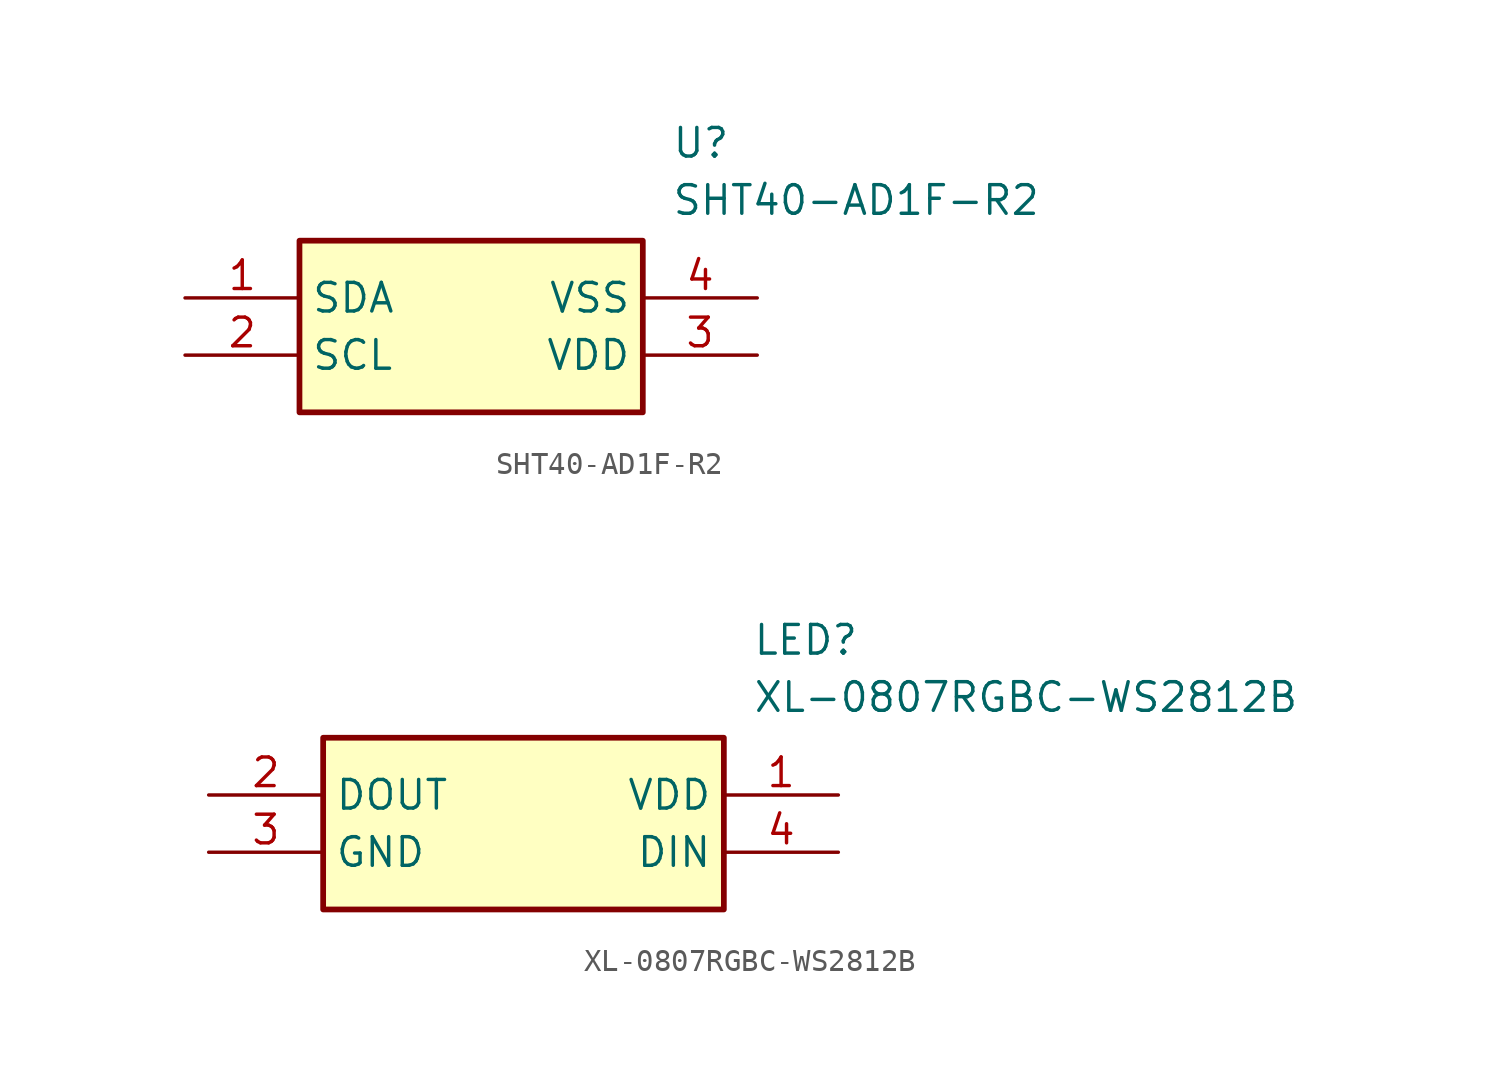
<source format=kicad_sym>
(kicad_symbol_lib
  (version 20220914)
  (generator SamacSys_ECAD_Model)
  (symbol "SHT40-AD1F-R2"
    (property "Reference" "U"
      (at 21.59 7.62 0)
      (effects (font (size 1.27 1.27)) (justify left top)))
    (property "Value" "SHT40-AD1F-R2"
      (at 21.59 5.08 0)
      (effects (font (size 1.27 1.27)) (justify left top)))
    (rectangle
      (start 5.08 2.54)
      (end 20.32 -5.08)
      (stroke (width 0.254) (type default))
      (fill (type background)))
    (pin passive line
      (at 0 0 0)
      (length 5.08)
      (name "SDA" (effects (font (size 1.27 1.27))))
      (number "1" (effects (font (size 1.27 1.27)))))
    (pin passive line
      (at 0 -2.54 0)
      (length 5.08)
      (name "SCL" (effects (font (size 1.27 1.27))))
      (number "2" (effects (font (size 1.27 1.27)))))
    (pin passive line
      (at 25.4 -2.54 180)
      (length 5.08)
      (name "VDD" (effects (font (size 1.27 1.27))))
      (number "3" (effects (font (size 1.27 1.27)))))
    (pin passive line
      (at 25.4 0 180)
      (length 5.08)
      (name "VSS" (effects (font (size 1.27 1.27))))
      (number "4" (effects (font (size 1.27 1.27))))))
  (symbol "XL-0807RGBC-WS2812B"
    (property "Reference" "LED"
      (at 24.13 7.62 0)
      (effects (font (size 1.27 1.27)) (justify left top)))
    (property "Value" "XL-0807RGBC-WS2812B"
      (at 24.13 5.08 0)
      (effects (font (size 1.27 1.27)) (justify left top)))
    (rectangle
      (start 5.08 2.54)
      (end 22.86 -5.08)
      (stroke (width 0.254) (type default))
      (fill (type background)))
    (pin passive line
      (at 27.94 0 180)
      (length 5.08)
      (name "VDD" (effects (font (size 1.27 1.27))))
      (number "1" (effects (font (size 1.27 1.27)))))
    (pin passive line
      (at 0 0 0)
      (length 5.08)
      (name "DOUT" (effects (font (size 1.27 1.27))))
      (number "2" (effects (font (size 1.27 1.27)))))
    (pin passive line
      (at 0 -2.54 0)
      (length 5.08)
      (name "GND" (effects (font (size 1.27 1.27))))
      (number "3" (effects (font (size 1.27 1.27)))))
    (pin passive line
      (at 27.94 -2.54 180)
      (length 5.08)
      (name "DIN" (effects (font (size 1.27 1.27))))
      (number "4" (effects (font (size 1.27 1.27)))))))
</source>
